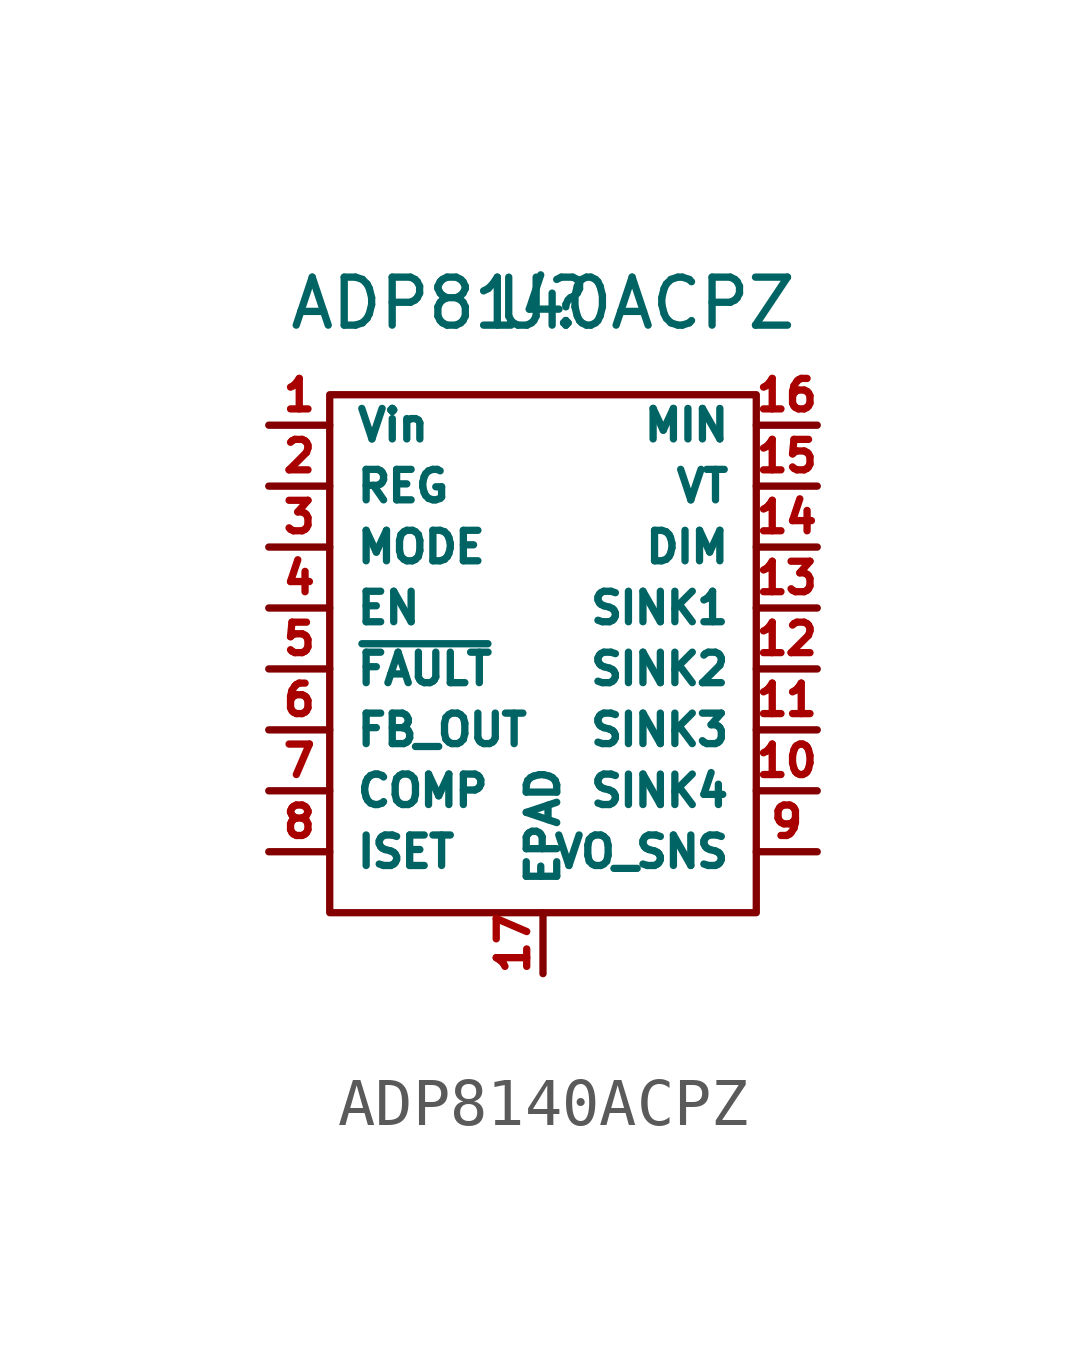
<source format=kicad_sym>
(kicad_symbol_lib
  (version 20211014)
  (generator kicad_symbol_editor)
  (symbol "ADP8140ACPZ"
    (property "Reference" "U"
      (at 0 6.985 0)
      (effects (font (size 1 1))))
    (property "Value" "ADP8140ACPZ"
      (at 0 6.985 0)
      (effects (font (size 1 1))))
    (symbol "ADP8140ACPZ_0_1"
      (rectangle (start -4.445 5.08) (end 4.445 -5.715) (stroke (width 0.152) (type default) (color 0 0 0 0)) (fill (type none))))
    (symbol "ADP8140ACPZ_1_1"
      (pin power_in line (at -5.715 4.445 0) (length 1.27) (name "Vin" (effects (font (size 0.635 0.635)))) (number "1" (effects (font (size 0.635 0.635)))))
      (pin power_out line (at 5.715 -3.175 180) (length 1.27) (name "SINK4" (effects (font (size 0.635 0.635)))) (number "10" (effects (font (size 0.635 0.635)))))
      (pin power_out line (at 5.715 -1.905 180) (length 1.27) (name "SINK3" (effects (font (size 0.635 0.635)))) (number "11" (effects (font (size 0.635 0.635)))))
      (pin power_out line (at 5.715 -0.635 180) (length 1.27) (name "SINK2" (effects (font (size 0.635 0.635)))) (number "12" (effects (font (size 0.635 0.635)))))
      (pin power_out line (at 5.715 0.635 180) (length 1.27) (name "SINK1" (effects (font (size 0.635 0.635)))) (number "13" (effects (font (size 0.635 0.635)))))
      (pin input line (at 5.715 1.905 180) (length 1.27) (name "DIM" (effects (font (size 0.635 0.635)))) (number "14" (effects (font (size 0.635 0.635)))))
      (pin input line (at 5.715 3.175 180) (length 1.27) (name "VT" (effects (font (size 0.635 0.635)))) (number "15" (effects (font (size 0.635 0.635)))))
      (pin input line (at 5.715 4.445 180) (length 1.27) (name "MIN" (effects (font (size 0.635 0.635)))) (number "16" (effects (font (size 0.635 0.635)))))
      (pin power_in line (at 0 -6.985 90) (length 1.27) (name "EPAD" (effects (font (size 0.635 0.635)))) (number "17" (effects (font (size 0.635 0.635)))))
      (pin power_out line (at -5.715 3.175 0) (length 1.27) (name "REG" (effects (font (size 0.635 0.635)))) (number "2" (effects (font (size 0.635 0.635)))))
      (pin input line (at -5.715 1.905 0) (length 1.27) (name "MODE" (effects (font (size 0.635 0.635)))) (number "3" (effects (font (size 0.635 0.635)))))
      (pin input line (at -5.715 0.635 0) (length 1.27) (name "EN" (effects (font (size 0.635 0.635)))) (number "4" (effects (font (size 0.635 0.635)))))
      (pin output line (at -5.715 -0.635 0) (length 1.27) (name "~{FAULT}" (effects (font (size 0.635 0.635)))) (number "5" (effects (font (size 0.635 0.635)))))
      (pin output line (at -5.715 -1.905 0) (length 1.27) (name "FB_OUT" (effects (font (size 0.635 0.635)))) (number "6" (effects (font (size 0.635 0.635)))))
      (pin output line (at -5.715 -3.175 0) (length 1.27) (name "COMP" (effects (font (size 0.635 0.635)))) (number "7" (effects (font (size 0.635 0.635)))))
      (pin input line (at -5.715 -4.445 0) (length 1.27) (name "ISET" (effects (font (size 0.635 0.635)))) (number "8" (effects (font (size 0.635 0.635)))))
      (pin input line (at 5.715 -4.445 180) (length 1.27) (name "VO_SNS" (effects (font (size 0.635 0.635)))) (number "9" (effects (font (size 0.635 0.635))))))))
</source>
